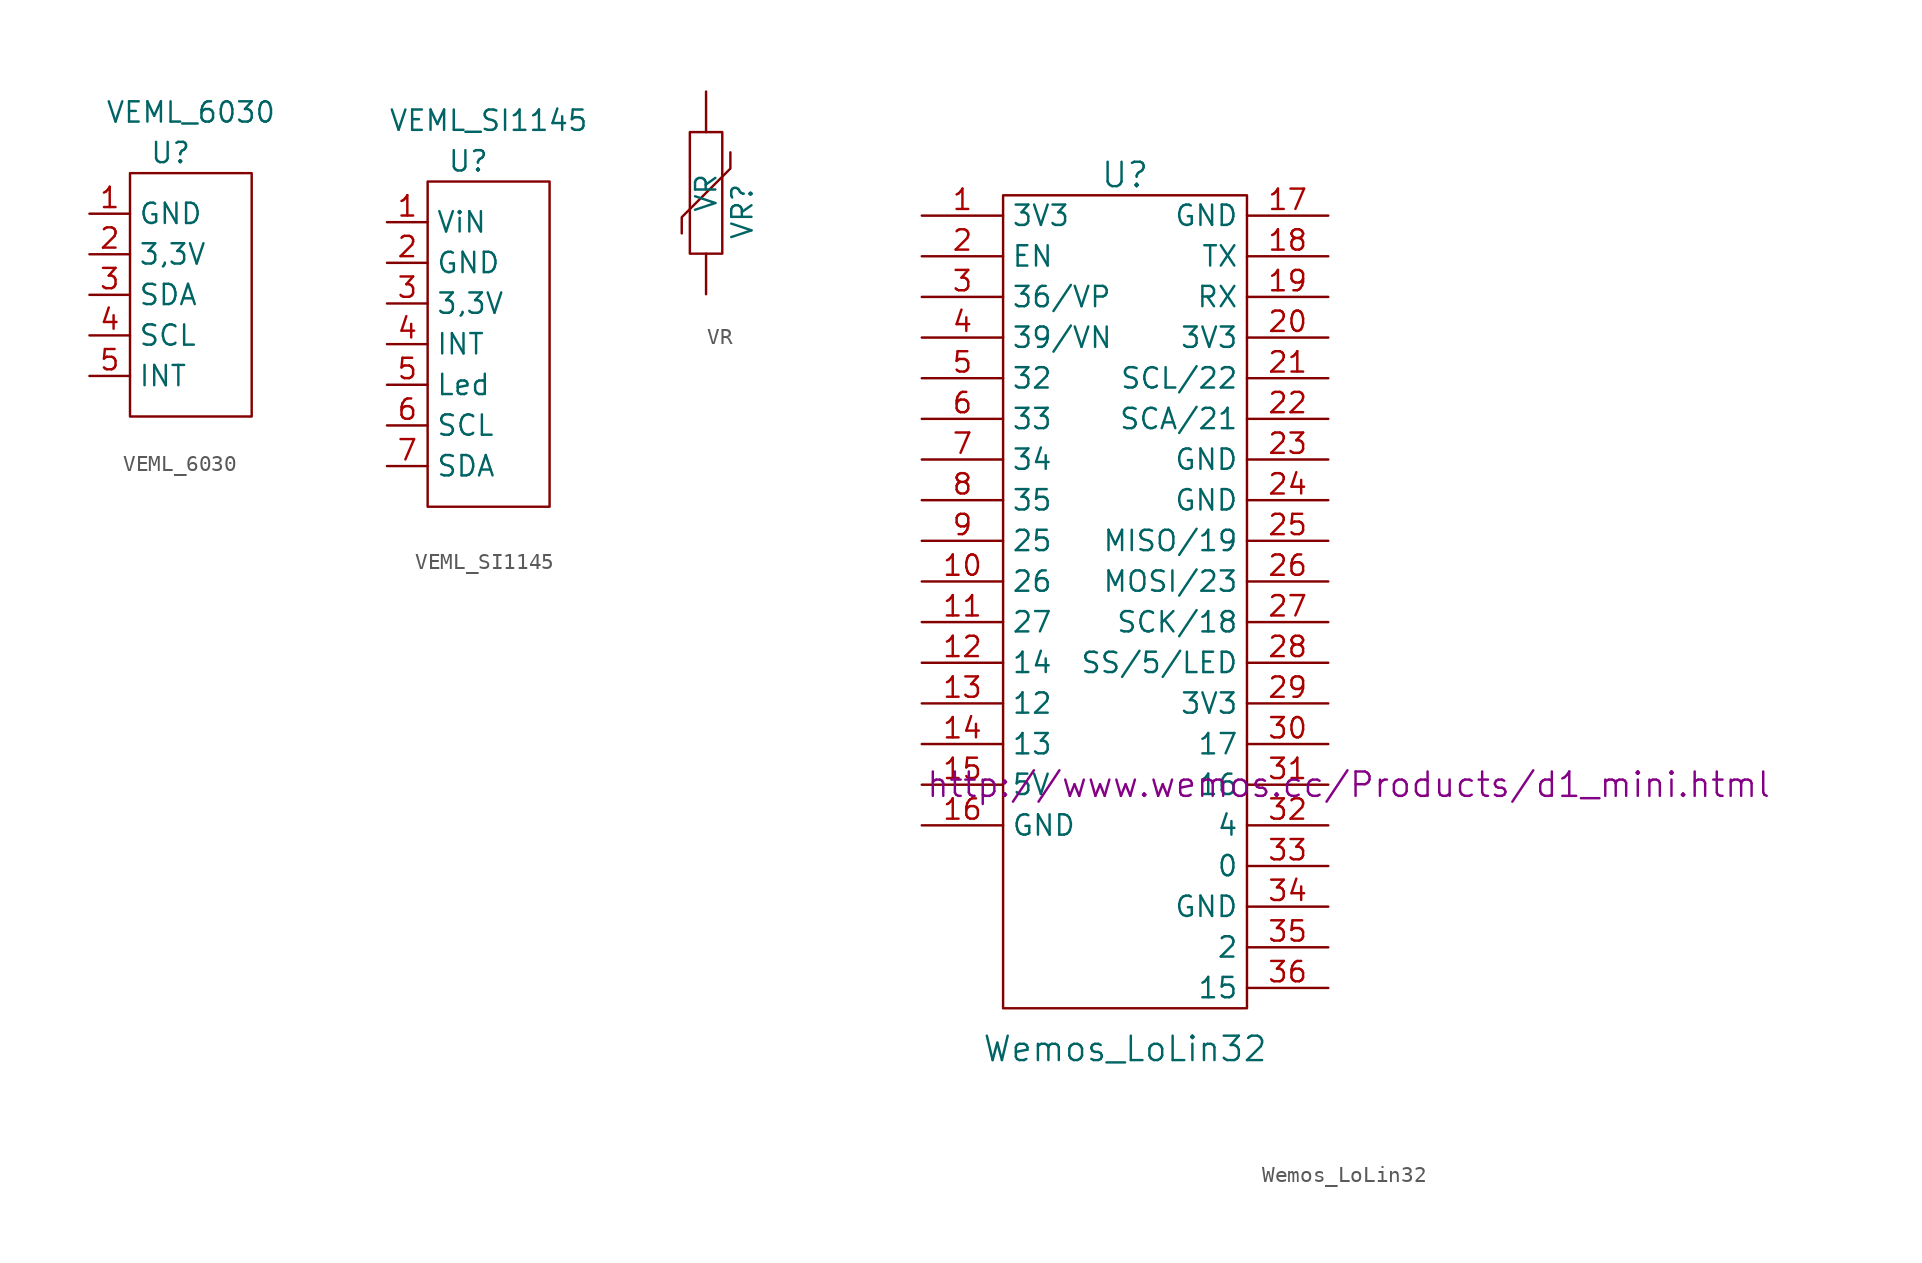
<source format=kicad_sym>
(kicad_symbol_lib
  (version 20201005)
  (generator kicad_symbol_editor)
  (symbol "Zimprich_neu:VEML_6030"
    (property "Reference" "U"
      (at -1.27 8.89 0)
      (effects (font (size 1.27 1.27))))
    (property "Value" "VEML_6030"
      (at 0 11.43 0)
      (effects (font (size 1.27 1.27))))
    (symbol "VEML_6030_0_1"
      (rectangle (start -3.81 7.62) (end 3.81 -7.62) (stroke (width 0)) (fill (type none))))
    (symbol "VEML_6030_1_1"
      (pin input line (at -6.35 5.08 0) (length 2.54) (name "GND" (effects (font (size 1.27 1.27)))) (number "1" (effects (font (size 1.27 1.27)))))
      (pin input line (at -6.35 2.54 0) (length 2.54) (name "3,3V" (effects (font (size 1.27 1.27)))) (number "2" (effects (font (size 1.27 1.27)))))
      (pin input line (at -6.35 0 0) (length 2.54) (name "SDA" (effects (font (size 1.27 1.27)))) (number "3" (effects (font (size 1.27 1.27)))))
      (pin input line (at -6.35 -2.54 0) (length 2.54) (name "SCL" (effects (font (size 1.27 1.27)))) (number "4" (effects (font (size 1.27 1.27)))))
      (pin input line (at -6.35 -5.08 0) (length 2.54) (name "INT" (effects (font (size 1.27 1.27)))) (number "5" (effects (font (size 1.27 1.27)))))))
  (symbol "Zimprich_neu:VEML_SI1145"
    (property "Reference" "U"
      (at -1.27 11.43 0)
      (effects (font (size 1.27 1.27))))
    (property "Value" "VEML_SI1145"
      (at 0 13.97 0)
      (effects (font (size 1.27 1.27))))
    (symbol "VEML_SI1145_0_1"
      (rectangle (start -3.81 10.16) (end 3.81 -10.16) (stroke (width 0)) (fill (type none))))
    (symbol "VEML_SI1145_1_1"
      (pin input line (at -6.35 7.62 0) (length 2.54) (name "ViN" (effects (font (size 1.27 1.27)))) (number "1" (effects (font (size 1.27 1.27)))))
      (pin input line (at -6.35 5.08 0) (length 2.54) (name "GND" (effects (font (size 1.27 1.27)))) (number "2" (effects (font (size 1.27 1.27)))))
      (pin input line (at -6.35 2.54 0) (length 2.54) (name "3,3V" (effects (font (size 1.27 1.27)))) (number "3" (effects (font (size 1.27 1.27)))))
      (pin input line (at -6.35 0 0) (length 2.54) (name "INT" (effects (font (size 1.27 1.27)))) (number "4" (effects (font (size 1.27 1.27)))))
      (pin input line (at -6.35 -2.54 0) (length 2.54) (name "Led" (effects (font (size 1.27 1.27)))) (number "5" (effects (font (size 1.27 1.27)))))
      (pin input line (at -6.35 -5.08 0) (length 2.54) (name "SCL" (effects (font (size 1.27 1.27)))) (number "6" (effects (font (size 1.27 1.27)))))
      (pin input line (at -6.35 -7.62 0) (length 2.54) (name "SDA" (effects (font (size 1.27 1.27)))) (number "7" (effects (font (size 1.27 1.27)))))))
  (symbol "Zimprich_neu:VR"
    (pin_numbers hide)
    (pin_names
      (offset 0))
    (property "Reference" "VR"
      (at 1.524 -1.168 90)
      (effects (font (size 1.27 1.27)) (justify top)))
    (property "Value" "VR"
      (at 0 0 90)
      (effects (font (size 1.27 1.27))))
    (property "Footprint" ""
      (at 0 0 0)
      (effects (font (size 1.27 1.27))))
    (property "Datasheet" ""
      (at 0 0 0)
      (effects (font (size 1.27 1.27))))
    (symbol "VR_0_1"
      (rectangle (start -1.016 3.81) (end 1.016 -3.81) (stroke (width 0)) (fill (type none)))
      (polyline (pts (xy -1.524 -2.54) (xy -1.524 -1.524) (xy 1.524 1.524) (xy 1.524 2.54) (xy 1.524 2.54)) (stroke (width 0)) (fill (type none))))
    (symbol "VR_1_1"
      (pin passive line (at 0 6.35 270) (length 2.54) (name "~" (effects (font (size 1.27 1.27)))) (number "1" (effects (font (size 1.27 1.27)))))
      (pin passive line (at 0 -6.35 90) (length 2.54) (name "~" (effects (font (size 1.27 1.27)))) (number "2" (effects (font (size 1.27 1.27)))))))
  (symbol "Zimprich_neu:Wemos_LoLin32"
    (property "Reference" "U"
      (at 0 26.67 0)
      (effects (font (size 1.524 1.524))))
    (property "Value" "Wemos_LoLin32"
      (at 0 -27.94 0)
      (effects (font (size 1.524 1.524))))
    (property "Footprint" ""
      (at 13.97 -11.43 0)
      (effects (font (size 1.524 1.524))))
    (property "Datasheet" "http://www.wemos.cc/Products/d1_mini.html"
      (at 13.97 -11.43 0)
      (effects (font (size 1.524 1.524))))
    (symbol "Wemos_LoLin32_0_1"
      (rectangle (start -7.62 25.4) (end 7.62 -25.4) (stroke (width 0)) (fill (type none))))
    (symbol "Wemos_LoLin32_1_1"
      (pin power_out line (at -12.7 24.13 0) (length 5.08) (name "3V3" (effects (font (size 1.27 1.27)))) (number "1" (effects (font (size 1.27 1.27)))))
      (pin bidirectional line (at -12.7 1.27 0) (length 5.08) (name "26" (effects (font (size 1.27 1.27)))) (number "10" (effects (font (size 1.27 1.27)))))
      (pin bidirectional line (at -12.7 -1.27 0) (length 5.08) (name "27" (effects (font (size 1.27 1.27)))) (number "11" (effects (font (size 1.27 1.27)))))
      (pin bidirectional line (at -12.7 -3.81 0) (length 5.08) (name "14" (effects (font (size 1.27 1.27)))) (number "12" (effects (font (size 1.27 1.27)))))
      (pin bidirectional line (at -12.7 -6.35 0) (length 5.08) (name "12" (effects (font (size 1.27 1.27)))) (number "13" (effects (font (size 1.27 1.27)))))
      (pin bidirectional line (at -12.7 -8.89 0) (length 5.08) (name "13" (effects (font (size 1.27 1.27)))) (number "14" (effects (font (size 1.27 1.27)))))
      (pin power_in line (at -12.7 -11.43 0) (length 5.08) (name "5V" (effects (font (size 1.27 1.27)))) (number "15" (effects (font (size 1.27 1.27)))))
      (pin power_in line (at -12.7 -13.97 0) (length 5.08) (name "GND" (effects (font (size 1.27 1.27)))) (number "16" (effects (font (size 1.27 1.27)))))
      (pin power_in line (at 12.7 24.13 180) (length 5.08) (name "GND" (effects (font (size 1.27 1.27)))) (number "17" (effects (font (size 1.27 1.27)))))
      (pin output line (at 12.7 21.59 180) (length 5.08) (name "TX" (effects (font (size 1.27 1.27)))) (number "18" (effects (font (size 1.27 1.27)))))
      (pin input line (at 12.7 19.05 180) (length 5.08) (name "RX" (effects (font (size 1.27 1.27)))) (number "19" (effects (font (size 1.27 1.27)))))
      (pin bidirectional line (at -12.7 21.59 0) (length 5.08) (name "EN" (effects (font (size 1.27 1.27)))) (number "2" (effects (font (size 1.27 1.27)))))
      (pin power_out line (at 12.7 16.51 180) (length 5.08) (name "3V3" (effects (font (size 1.27 1.27)))) (number "20" (effects (font (size 1.27 1.27)))))
      (pin bidirectional line (at 12.7 13.97 180) (length 5.08) (name "SCL/22" (effects (font (size 1.27 1.27)))) (number "21" (effects (font (size 1.27 1.27)))))
      (pin bidirectional line (at 12.7 11.43 180) (length 5.08) (name "SCA/21" (effects (font (size 1.27 1.27)))) (number "22" (effects (font (size 1.27 1.27)))))
      (pin power_in line (at 12.7 8.89 180) (length 5.08) (name "GND" (effects (font (size 1.27 1.27)))) (number "23" (effects (font (size 1.27 1.27)))))
      (pin power_in line (at 12.7 6.35 180) (length 5.08) (name "GND" (effects (font (size 1.27 1.27)))) (number "24" (effects (font (size 1.27 1.27)))))
      (pin bidirectional line (at 12.7 3.81 180) (length 5.08) (name "MISO/19" (effects (font (size 1.27 1.27)))) (number "25" (effects (font (size 1.27 1.27)))))
      (pin bidirectional line (at 12.7 1.27 180) (length 5.08) (name "MOSI/23" (effects (font (size 1.27 1.27)))) (number "26" (effects (font (size 1.27 1.27)))))
      (pin bidirectional line (at 12.7 -1.27 180) (length 5.08) (name "SCK/18" (effects (font (size 1.27 1.27)))) (number "27" (effects (font (size 1.27 1.27)))))
      (pin bidirectional line (at 12.7 -3.81 180) (length 5.08) (name "SS/5/LED" (effects (font (size 1.27 1.27)))) (number "28" (effects (font (size 1.27 1.27)))))
      (pin power_out line (at 12.7 -6.35 180) (length 5.08) (name "3V3" (effects (font (size 1.27 1.27)))) (number "29" (effects (font (size 1.27 1.27)))))
      (pin bidirectional line (at -12.7 19.05 0) (length 5.08) (name "36/VP" (effects (font (size 1.27 1.27)))) (number "3" (effects (font (size 1.27 1.27)))))
      (pin bidirectional line (at 12.7 -8.89 180) (length 5.08) (name "17" (effects (font (size 1.27 1.27)))) (number "30" (effects (font (size 1.27 1.27)))))
      (pin bidirectional line (at 12.7 -11.43 180) (length 5.08) (name "16" (effects (font (size 1.27 1.27)))) (number "31" (effects (font (size 1.27 1.27)))))
      (pin bidirectional line (at 12.7 -13.97 180) (length 5.08) (name "4" (effects (font (size 1.27 1.27)))) (number "32" (effects (font (size 1.27 1.27)))))
      (pin bidirectional line (at 12.7 -16.51 180) (length 5.08) (name "0" (effects (font (size 1.27 1.27)))) (number "33" (effects (font (size 1.27 1.27)))))
      (pin power_in line (at 12.7 -19.05 180) (length 5.08) (name "GND" (effects (font (size 1.27 1.27)))) (number "34" (effects (font (size 1.27 1.27)))))
      (pin bidirectional line (at 12.7 -21.59 180) (length 5.08) (name "2" (effects (font (size 1.27 1.27)))) (number "35" (effects (font (size 1.27 1.27)))))
      (pin bidirectional line (at 12.7 -24.13 180) (length 5.08) (name "15" (effects (font (size 1.27 1.27)))) (number "36" (effects (font (size 1.27 1.27)))))
      (pin bidirectional line (at -12.7 16.51 0) (length 5.08) (name "39/VN" (effects (font (size 1.27 1.27)))) (number "4" (effects (font (size 1.27 1.27)))))
      (pin bidirectional line (at -12.7 13.97 0) (length 5.08) (name "32" (effects (font (size 1.27 1.27)))) (number "5" (effects (font (size 1.27 1.27)))))
      (pin bidirectional line (at -12.7 11.43 0) (length 5.08) (name "33" (effects (font (size 1.27 1.27)))) (number "6" (effects (font (size 1.27 1.27)))))
      (pin bidirectional line (at -12.7 8.89 0) (length 5.08) (name "34" (effects (font (size 1.27 1.27)))) (number "7" (effects (font (size 1.27 1.27)))))
      (pin bidirectional line (at -12.7 6.35 0) (length 5.08) (name "35" (effects (font (size 1.27 1.27)))) (number "8" (effects (font (size 1.27 1.27)))))
      (pin bidirectional line (at -12.7 3.81 0) (length 5.08) (name "25" (effects (font (size 1.27 1.27)))) (number "9" (effects (font (size 1.27 1.27))))))))
</source>
